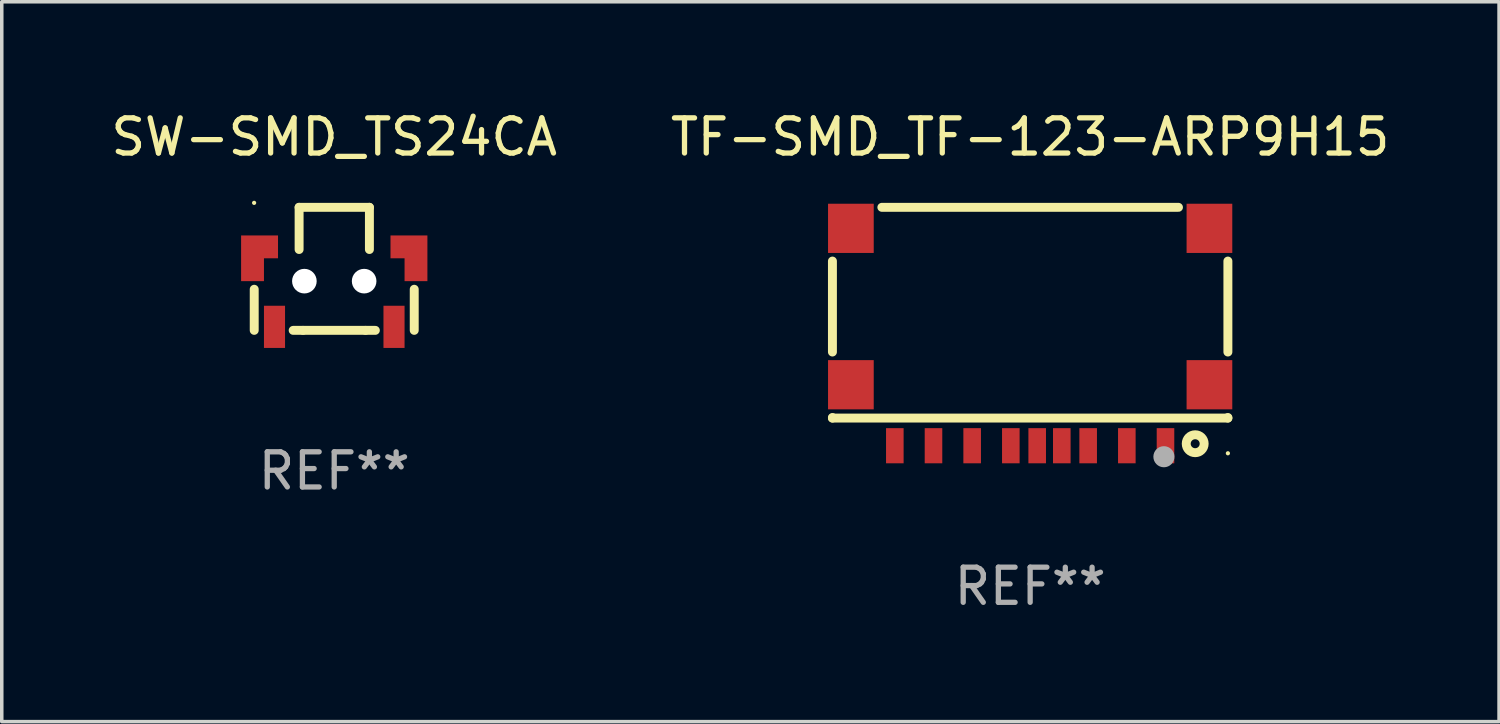
<source format=kicad_pcb>
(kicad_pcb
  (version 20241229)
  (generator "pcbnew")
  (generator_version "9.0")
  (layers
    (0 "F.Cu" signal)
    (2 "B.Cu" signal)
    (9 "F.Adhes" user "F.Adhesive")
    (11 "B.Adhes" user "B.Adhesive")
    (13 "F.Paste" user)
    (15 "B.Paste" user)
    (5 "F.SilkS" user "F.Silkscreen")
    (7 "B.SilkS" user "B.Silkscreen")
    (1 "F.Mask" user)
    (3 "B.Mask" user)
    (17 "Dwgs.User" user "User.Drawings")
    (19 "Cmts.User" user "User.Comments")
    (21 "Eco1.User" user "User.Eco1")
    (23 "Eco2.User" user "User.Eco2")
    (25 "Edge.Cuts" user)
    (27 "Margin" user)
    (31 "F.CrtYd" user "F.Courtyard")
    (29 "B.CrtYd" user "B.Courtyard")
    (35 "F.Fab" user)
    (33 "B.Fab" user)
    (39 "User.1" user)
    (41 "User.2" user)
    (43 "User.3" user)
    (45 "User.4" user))
  (footprint "TF-SMD_TF-123-ARP9H15"
    (layer "F.Cu")
    (at 26.256 6.538)
    (property "Reference" "TF-SMD_TF-123-ARP9H15" (at 0 -5.69 0) (layer "F.SilkS") (effects (font (size 1 1) (thickness 0.15))))
    (attr smd)
    (fp_line (start -5.625 0.426) (end -5.625 -2.161) (stroke (width 0.254) (type solid)) (layer "F.SilkS"))
    (fp_line (start -5.625 2.305) (end -5.625 2.289) (stroke (width 0.254) (type solid)) (layer "F.SilkS"))
    (fp_line (start -4.219 -3.69) (end 4.219 -3.69) (stroke (width 0.254) (type solid)) (layer "F.SilkS"))
    (fp_line (start 5.625 -2.161) (end 5.625 0.426) (stroke (width 0.254) (type solid)) (layer "F.SilkS"))
    (fp_line (start 5.625 2.289) (end 5.625 2.305) (stroke (width 0.254) (type solid)) (layer "F.SilkS"))
    (fp_line (start 5.625 2.305) (end -5.625 2.305) (stroke (width 0.254) (type solid)) (layer "F.SilkS"))
    (fp_circle (center 4.695 3.035) (end 4.95 3.035) (stroke (width 0.254) (type solid)) (fill no) (layer "F.SilkS"))
    (fp_circle (center 5.625 3.307) (end 5.655 3.307) (stroke (width 0.06) (type solid)) (fill no) (layer "F.SilkS"))
    (fp_circle (center 3.805 3.405) (end 3.955 3.405) (stroke (width 0.3) (type solid)) (fill no) (layer "F.Fab"))
    (fp_text user "REF**" (at 0 7.092 0) (layer "F.Fab") (effects (font (size 1 1) (thickness 0.15))))
    (pad "1" smd rect (at 3.85 3.092) (size 0.5 1) (layers "F.Cu" "F.Mask" "F.Paste"))
    (pad "2" smd rect (at 2.75 3.092) (size 0.5 1) (layers "F.Cu" "F.Mask" "F.Paste"))
    (pad "3" smd rect (at 1.65 3.092) (size 0.5 1) (layers "F.Cu" "F.Mask" "F.Paste"))
    (pad "4" smd rect (at 0.9 3.092) (size 0.5 1) (layers "F.Cu" "F.Mask" "F.Paste"))
    (pad "5" smd rect (at -0.55 3.092) (size 0.5 1) (layers "F.Cu" "F.Mask" "F.Paste"))
    (pad "6" smd rect (at -1.65 3.092) (size 0.5 1) (layers "F.Cu" "F.Mask" "F.Paste"))
    (pad "7" smd rect (at -2.75 3.092) (size 0.5 1) (layers "F.Cu" "F.Mask" "F.Paste"))
    (pad "8" smd rect (at -3.85 3.092) (size 0.5 1) (layers "F.Cu" "F.Mask" "F.Paste"))
    (pad "9" smd rect (at 0.2 3.092) (size 0.5 1) (layers "F.Cu" "F.Mask" "F.Paste"))
    (pad "10" smd rect (at -5.1 1.357) (size 1.3 1.4) (layers "F.Cu" "F.Mask" "F.Paste"))
    (pad "11" smd rect (at -5.1 -3.092) (size 1.3 1.4) (layers "F.Cu" "F.Mask" "F.Paste"))
    (pad "12" smd rect (at 5.1 -3.092) (size 1.3 1.4) (layers "F.Cu" "F.Mask" "F.Paste"))
    (pad "13" smd rect (at 5.1 1.357) (size 1.3 1.4) (layers "F.Cu" "F.Mask" "F.Paste")))
  (footprint "SW-SMD_TS24CA"
    (layer "F.Cu")
    (at 6.459 5.273)
    (property "Reference" "SW-SMD_TS24CA" (at -0.001 -4.425 0) (layer "F.SilkS") (effects (font (size 1 1) (thickness 0.15))))
    (attr smd)
    (fp_line (start -2.277 -0.094) (end -2.277 1.075) (stroke (width 0.254) (type solid)) (layer "F.SilkS"))
    (fp_line (start -1 -2.425) (end -1 -1.225) (stroke (width 0.254) (type solid)) (layer "F.SilkS"))
    (fp_line (start -1 -2.425) (end 1 -2.425) (stroke (width 0.254) (type solid)) (layer "F.SilkS"))
    (fp_line (start -0.889 1.075) (end -1.169 1.075) (stroke (width 0.254) (type solid)) (layer "F.SilkS"))
    (fp_line (start -0.889 1.075) (end 0.889 1.075) (stroke (width 0.254) (type solid)) (layer "F.SilkS"))
    (fp_line (start 0.889 1.075) (end 1.169 1.075) (stroke (width 0.254) (type solid)) (layer "F.SilkS"))
    (fp_line (start 1 -2.425) (end 1 -1.225) (stroke (width 0.254) (type solid)) (layer "F.SilkS"))
    (fp_line (start 2.275 -0.094) (end 2.275 1.075) (stroke (width 0.254) (type solid)) (layer "F.SilkS"))
    (fp_circle (center -2.28 -2.552) (end -2.25 -2.552) (stroke (width 0.06) (type solid)) (fill no) (layer "F.SilkS"))
    (fp_circle (center -0.85 -0.325) (end -0.725 -0.325) (stroke (width 0.25) (type solid)) (fill no) (layer "F.Fab"))
    (fp_circle (center 0.85 -0.325) (end 0.975 -0.325) (stroke (width 0.25) (type solid)) (fill no) (layer "F.Fab"))
    (fp_text user "REF**" (at -0.001 5.075 0) (layer "F.Fab") (effects (font (size 1 1) (thickness 0.15))))
    (pad "" np_thru_hole circle (at -0.85 -0.325) (size 0.7 0.7) (drill 0.7) (layers "*.Cu" "*.Mask"))
    (pad "" np_thru_hole circle (at 0.85 -0.325) (size 0.7 0.7) (drill 0.7) (layers "*.Cu" "*.Mask"))
    (pad "1" smd custom (at -2.125 -0.975) (size 0.1 0.1) (layers "F.Cu" "F.Mask" "F.Paste") (options (anchor circle)) (primitives (gr_poly (pts (xy 0.525 -0.000025) (xy 0.525 -0.65) (xy -0.525 -0.65) (xy -0.525 0.65) (xy 0.125 0.65) (xy 0.125 0) (xy 0.525 0) (xy 0.525 -0.000025)) (width 0) (fill yes))))
    (pad "2" smd custom (at 2.125 -0.975) (size 0.1 0.1) (layers "F.Cu" "F.Mask" "F.Paste") (options (anchor circle)) (primitives (gr_poly (pts (xy 0.525 0.65) (xy 0.525 -0.65) (xy -0.525 -0.65) (xy -0.525 -0.000025) (xy -0.525 0) (xy -0.125 0) (xy -0.125 0.65) (xy 0.525 0.65)) (width 0) (fill yes))))
    (pad "3" smd rect (at -1.7 0.975 180) (size 0.6 1.2) (layers "F.Cu" "F.Mask" "F.Paste"))
    (pad "4" smd rect (at 1.7 0.975 180) (size 0.6 1.2) (layers "F.Cu" "F.Mask" "F.Paste")))
  (gr_rect
    (start -3 -3)
    (end 39.595 17.479)
    (stroke (width 0.1) (type default))
    (fill no)
    (layer "Edge.Cuts")))
</source>
